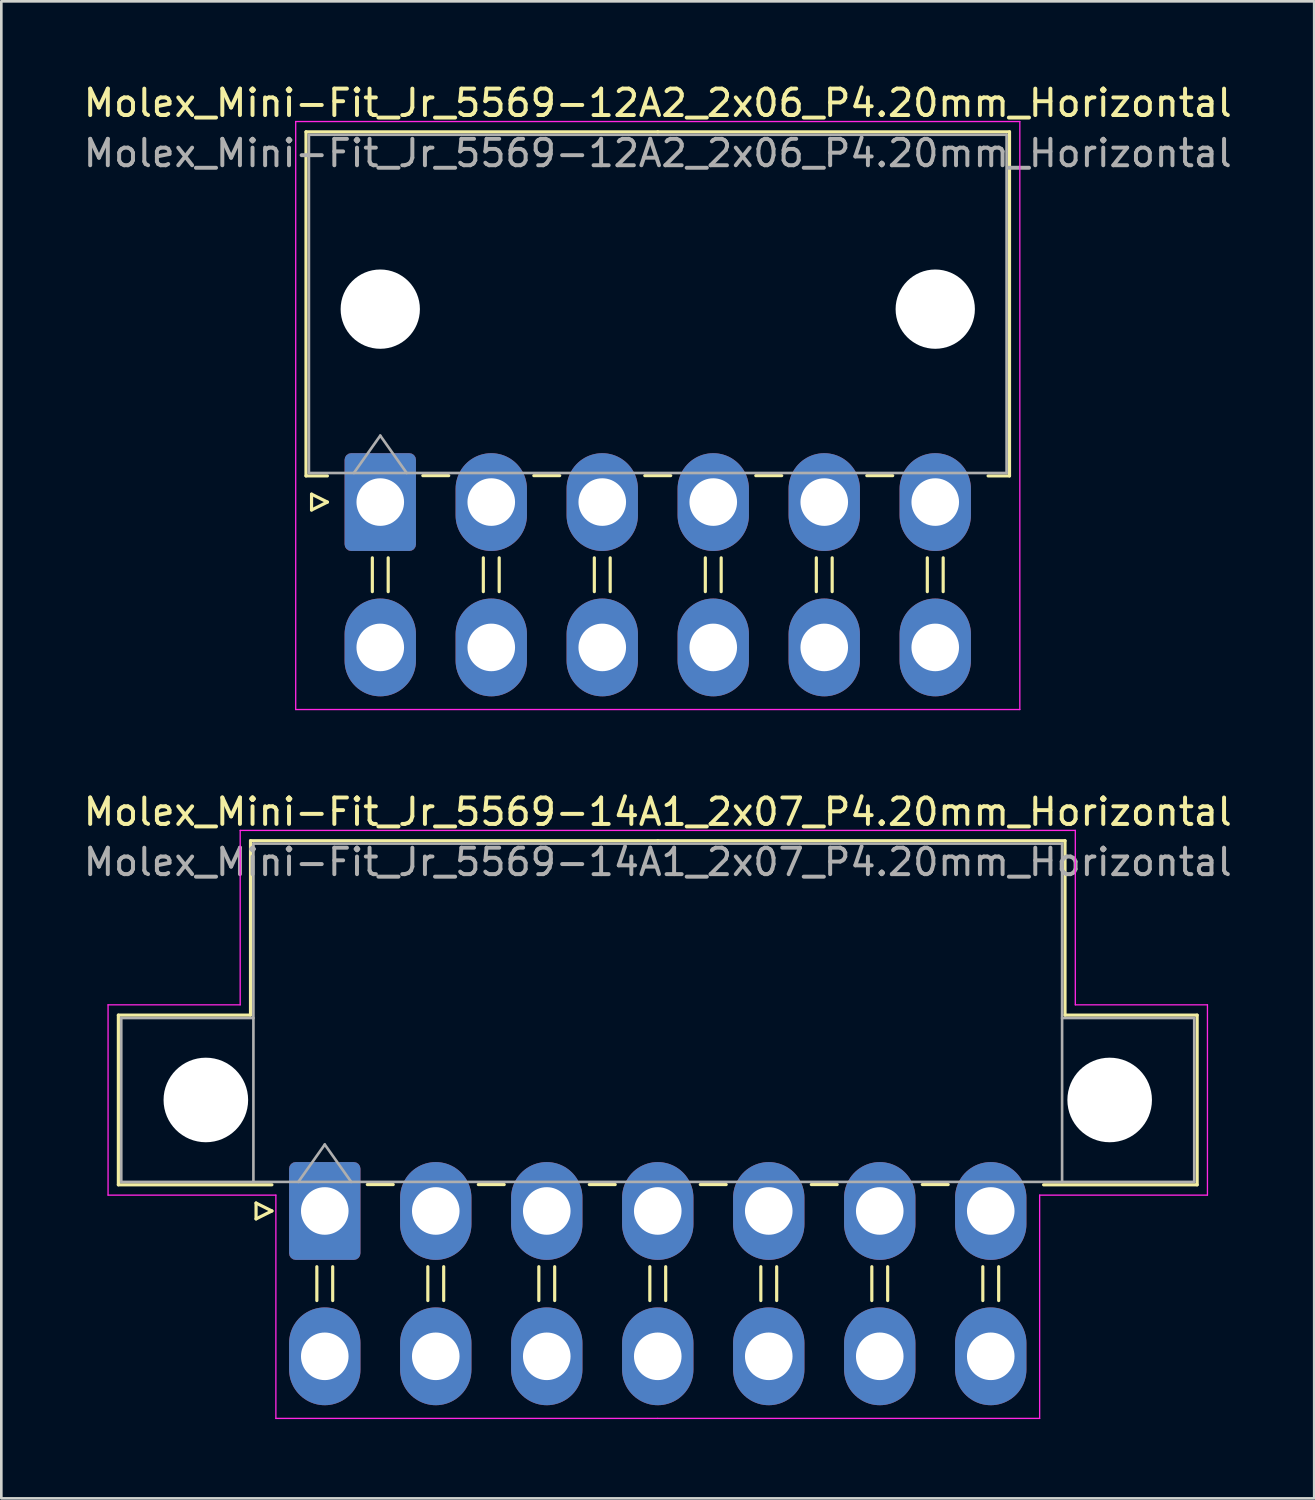
<source format=kicad_pcb>
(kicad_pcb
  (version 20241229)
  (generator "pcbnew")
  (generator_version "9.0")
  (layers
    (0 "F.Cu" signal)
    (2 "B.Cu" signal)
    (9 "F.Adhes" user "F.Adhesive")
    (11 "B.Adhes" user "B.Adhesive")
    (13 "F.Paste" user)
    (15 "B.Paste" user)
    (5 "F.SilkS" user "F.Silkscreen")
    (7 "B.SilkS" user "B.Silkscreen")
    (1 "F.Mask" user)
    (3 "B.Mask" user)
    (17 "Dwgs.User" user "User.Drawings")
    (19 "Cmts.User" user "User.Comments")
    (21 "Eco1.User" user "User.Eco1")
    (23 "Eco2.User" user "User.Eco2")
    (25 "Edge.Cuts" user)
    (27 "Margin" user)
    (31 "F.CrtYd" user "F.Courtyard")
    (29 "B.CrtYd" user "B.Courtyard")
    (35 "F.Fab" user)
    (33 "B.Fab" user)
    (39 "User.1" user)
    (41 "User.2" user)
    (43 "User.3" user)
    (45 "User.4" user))
  (footprint "Molex_Mini-Fit_Jr_5569-12A2_2x06_P4.20mm_Horizontal"
    (layer "F.Cu")
    (at 11.339 15.948)
    (property "Reference" "Molex_Mini-Fit_Jr_5569-12A2_2x06_P4.20mm_Horizontal" (at 10.5 -15.1 0) (layer "F.SilkS") (effects (font (size 1 1) (thickness 0.15))))
    (attr through_hole)
    (fp_line (start -2.81 -14.01) (end 10.5 -14.01) (stroke (width 0.12) (type solid)) (layer "F.SilkS"))
    (fp_line (start -2.81 -0.99) (end -2.81 -14.01) (stroke (width 0.12) (type solid)) (layer "F.SilkS"))
    (fp_line (start -2.6 -0.3) (end -2 0) (stroke (width 0.12) (type solid)) (layer "F.SilkS"))
    (fp_line (start -2.6 0.3) (end -2.6 -0.3) (stroke (width 0.12) (type solid)) (layer "F.SilkS"))
    (fp_line (start -2 -0.99) (end -2.81 -0.99) (stroke (width 0.12) (type solid)) (layer "F.SilkS"))
    (fp_line (start -2 0) (end -2.6 0.3) (stroke (width 0.12) (type solid)) (layer "F.SilkS"))
    (fp_line (start -0.3 2.11) (end -0.3 3.39) (stroke (width 0.12) (type solid)) (layer "F.SilkS"))
    (fp_line (start 0.3 2.11) (end 0.3 3.39) (stroke (width 0.12) (type solid)) (layer "F.SilkS"))
    (fp_line (start 1.61 -1) (end 2.59 -1) (stroke (width 0.12) (type solid)) (layer "F.SilkS"))
    (fp_line (start 3.9 2.11) (end 3.9 3.39) (stroke (width 0.12) (type solid)) (layer "F.SilkS"))
    (fp_line (start 4.5 2.11) (end 4.5 3.39) (stroke (width 0.12) (type solid)) (layer "F.SilkS"))
    (fp_line (start 5.81 -1) (end 6.79 -1) (stroke (width 0.12) (type solid)) (layer "F.SilkS"))
    (fp_line (start 8.1 2.11) (end 8.1 3.39) (stroke (width 0.12) (type solid)) (layer "F.SilkS"))
    (fp_line (start 8.7 2.11) (end 8.7 3.39) (stroke (width 0.12) (type solid)) (layer "F.SilkS"))
    (fp_line (start 10.01 -1) (end 10.99 -1) (stroke (width 0.12) (type solid)) (layer "F.SilkS"))
    (fp_line (start 12.3 2.11) (end 12.3 3.39) (stroke (width 0.12) (type solid)) (layer "F.SilkS"))
    (fp_line (start 12.9 2.11) (end 12.9 3.39) (stroke (width 0.12) (type solid)) (layer "F.SilkS"))
    (fp_line (start 14.21 -1) (end 15.19 -1) (stroke (width 0.12) (type solid)) (layer "F.SilkS"))
    (fp_line (start 16.5 2.11) (end 16.5 3.39) (stroke (width 0.12) (type solid)) (layer "F.SilkS"))
    (fp_line (start 17.1 2.11) (end 17.1 3.39) (stroke (width 0.12) (type solid)) (layer "F.SilkS"))
    (fp_line (start 18.41 -1) (end 19.39 -1) (stroke (width 0.12) (type solid)) (layer "F.SilkS"))
    (fp_line (start 20.7 2.11) (end 20.7 3.39) (stroke (width 0.12) (type solid)) (layer "F.SilkS"))
    (fp_line (start 21.3 2.11) (end 21.3 3.39) (stroke (width 0.12) (type solid)) (layer "F.SilkS"))
    (fp_line (start 23 -0.99) (end 23.81 -0.99) (stroke (width 0.12) (type solid)) (layer "F.SilkS"))
    (fp_line (start 23.81 -14.01) (end 10.5 -14.01) (stroke (width 0.12) (type solid)) (layer "F.SilkS"))
    (fp_line (start 23.81 -0.99) (end 23.81 -14.01) (stroke (width 0.12) (type solid)) (layer "F.SilkS"))
    (fp_line (start -3.2 -14.4) (end -3.2 7.85) (stroke (width 0.05) (type solid)) (layer "F.CrtYd"))
    (fp_line (start -3.2 7.85) (end 24.2 7.85) (stroke (width 0.05) (type solid)) (layer "F.CrtYd"))
    (fp_line (start 24.2 -14.4) (end -3.2 -14.4) (stroke (width 0.05) (type solid)) (layer "F.CrtYd"))
    (fp_line (start 24.2 7.85) (end 24.2 -14.4) (stroke (width 0.05) (type solid)) (layer "F.CrtYd"))
    (fp_line (start -2.7 -13.9) (end -2.7 -1.1) (stroke (width 0.1) (type solid)) (layer "F.Fab"))
    (fp_line (start -2.7 -1.1) (end 23.7 -1.1) (stroke (width 0.1) (type solid)) (layer "F.Fab"))
    (fp_line (start -1 -1.1) (end 0 -2.514) (stroke (width 0.1) (type solid)) (layer "F.Fab"))
    (fp_line (start 0 -2.514) (end 1 -1.1) (stroke (width 0.1) (type solid)) (layer "F.Fab"))
    (fp_line (start 23.7 -13.9) (end -2.7 -13.9) (stroke (width 0.1) (type solid)) (layer "F.Fab"))
    (fp_line (start 23.7 -1.1) (end 23.7 -13.9) (stroke (width 0.1) (type solid)) (layer "F.Fab"))
    (fp_text user "${REFERENCE}" (at 10.5 -13.2 0) (layer "F.Fab") (effects (font (size 1 1) (thickness 0.15))))
    (pad "" np_thru_hole circle (at 0 -7.3) (size 3 3) (drill 3) (layers "*.Cu" "*.Mask"))
    (pad "" np_thru_hole circle (at 21 -7.3) (size 3 3) (drill 3) (layers "*.Cu" "*.Mask"))
    (pad "1" thru_hole roundrect (at 0 0) (size 2.7 3.7) (drill 1.8) (layers "*.Cu" "*.Mask") (roundrect_rratio 0.093))
    (pad "2" thru_hole oval (at 4.2 0) (size 2.7 3.7) (drill 1.8) (layers "*.Cu" "*.Mask"))
    (pad "3" thru_hole oval (at 8.4 0) (size 2.7 3.7) (drill 1.8) (layers "*.Cu" "*.Mask"))
    (pad "4" thru_hole oval (at 12.6 0) (size 2.7 3.7) (drill 1.8) (layers "*.Cu" "*.Mask"))
    (pad "5" thru_hole oval (at 16.8 0) (size 2.7 3.7) (drill 1.8) (layers "*.Cu" "*.Mask"))
    (pad "6" thru_hole oval (at 21 0) (size 2.7 3.7) (drill 1.8) (layers "*.Cu" "*.Mask"))
    (pad "7" thru_hole oval (at 0 5.5) (size 2.7 3.7) (drill 1.8) (layers "*.Cu" "*.Mask"))
    (pad "8" thru_hole oval (at 4.2 5.5) (size 2.7 3.7) (drill 1.8) (layers "*.Cu" "*.Mask"))
    (pad "9" thru_hole oval (at 8.4 5.5) (size 2.7 3.7) (drill 1.8) (layers "*.Cu" "*.Mask"))
    (pad "10" thru_hole oval (at 12.6 5.5) (size 2.7 3.7) (drill 1.8) (layers "*.Cu" "*.Mask"))
    (pad "11" thru_hole oval (at 16.8 5.5) (size 2.7 3.7) (drill 1.8) (layers "*.Cu" "*.Mask"))
    (pad "12" thru_hole oval (at 21 5.5) (size 2.7 3.7) (drill 1.8) (layers "*.Cu" "*.Mask")))
  (footprint "Molex_Mini-Fit_Jr_5569-14A1_2x07_P4.20mm_Horizontal"
    (layer "F.Cu")
    (at 9.239 42.772)
    (property "Reference" "Molex_Mini-Fit_Jr_5569-14A1_2x07_P4.20mm_Horizontal" (at 12.6 -15.1 0) (layer "F.SilkS") (effects (font (size 1 1) (thickness 0.15))))
    (attr through_hole)
    (fp_line (start -7.81 -7.41) (end -7.81 -0.99) (stroke (width 0.12) (type solid)) (layer "F.SilkS"))
    (fp_line (start -7.81 -0.99) (end -2 -0.99) (stroke (width 0.12) (type solid)) (layer "F.SilkS"))
    (fp_line (start -2.81 -14.01) (end -2.81 -7.41) (stroke (width 0.12) (type solid)) (layer "F.SilkS"))
    (fp_line (start -2.81 -7.41) (end -7.81 -7.41) (stroke (width 0.12) (type solid)) (layer "F.SilkS"))
    (fp_line (start -2.6 -0.3) (end -2 0) (stroke (width 0.12) (type solid)) (layer "F.SilkS"))
    (fp_line (start -2.6 0.3) (end -2.6 -0.3) (stroke (width 0.12) (type solid)) (layer "F.SilkS"))
    (fp_line (start -2 0) (end -2.6 0.3) (stroke (width 0.12) (type solid)) (layer "F.SilkS"))
    (fp_line (start -0.3 2.11) (end -0.3 3.39) (stroke (width 0.12) (type solid)) (layer "F.SilkS"))
    (fp_line (start 0.3 2.11) (end 0.3 3.39) (stroke (width 0.12) (type solid)) (layer "F.SilkS"))
    (fp_line (start 1.61 -1) (end 2.59 -1) (stroke (width 0.12) (type solid)) (layer "F.SilkS"))
    (fp_line (start 3.9 2.11) (end 3.9 3.39) (stroke (width 0.12) (type solid)) (layer "F.SilkS"))
    (fp_line (start 4.5 2.11) (end 4.5 3.39) (stroke (width 0.12) (type solid)) (layer "F.SilkS"))
    (fp_line (start 5.81 -1) (end 6.79 -1) (stroke (width 0.12) (type solid)) (layer "F.SilkS"))
    (fp_line (start 8.1 2.11) (end 8.1 3.39) (stroke (width 0.12) (type solid)) (layer "F.SilkS"))
    (fp_line (start 8.7 2.11) (end 8.7 3.39) (stroke (width 0.12) (type solid)) (layer "F.SilkS"))
    (fp_line (start 10.01 -1) (end 10.99 -1) (stroke (width 0.12) (type solid)) (layer "F.SilkS"))
    (fp_line (start 12.3 2.11) (end 12.3 3.39) (stroke (width 0.12) (type solid)) (layer "F.SilkS"))
    (fp_line (start 12.6 -14.01) (end -2.81 -14.01) (stroke (width 0.12) (type solid)) (layer "F.SilkS"))
    (fp_line (start 12.6 -14.01) (end 28.01 -14.01) (stroke (width 0.12) (type solid)) (layer "F.SilkS"))
    (fp_line (start 12.9 2.11) (end 12.9 3.39) (stroke (width 0.12) (type solid)) (layer "F.SilkS"))
    (fp_line (start 14.21 -1) (end 15.19 -1) (stroke (width 0.12) (type solid)) (layer "F.SilkS"))
    (fp_line (start 16.5 2.11) (end 16.5 3.39) (stroke (width 0.12) (type solid)) (layer "F.SilkS"))
    (fp_line (start 17.1 2.11) (end 17.1 3.39) (stroke (width 0.12) (type solid)) (layer "F.SilkS"))
    (fp_line (start 18.41 -1) (end 19.39 -1) (stroke (width 0.12) (type solid)) (layer "F.SilkS"))
    (fp_line (start 20.7 2.11) (end 20.7 3.39) (stroke (width 0.12) (type solid)) (layer "F.SilkS"))
    (fp_line (start 21.3 2.11) (end 21.3 3.39) (stroke (width 0.12) (type solid)) (layer "F.SilkS"))
    (fp_line (start 22.61 -1) (end 23.59 -1) (stroke (width 0.12) (type solid)) (layer "F.SilkS"))
    (fp_line (start 24.9 2.11) (end 24.9 3.39) (stroke (width 0.12) (type solid)) (layer "F.SilkS"))
    (fp_line (start 25.5 2.11) (end 25.5 3.39) (stroke (width 0.12) (type solid)) (layer "F.SilkS"))
    (fp_line (start 28.01 -14.01) (end 28.01 -7.41) (stroke (width 0.12) (type solid)) (layer "F.SilkS"))
    (fp_line (start 28.01 -7.41) (end 33.01 -7.41) (stroke (width 0.12) (type solid)) (layer "F.SilkS"))
    (fp_line (start 33.01 -7.41) (end 33.01 -0.99) (stroke (width 0.12) (type solid)) (layer "F.SilkS"))
    (fp_line (start 33.01 -0.99) (end 27.2 -0.99) (stroke (width 0.12) (type solid)) (layer "F.SilkS"))
    (fp_line (start -8.2 -7.8) (end -8.2 -0.6) (stroke (width 0.05) (type solid)) (layer "F.CrtYd"))
    (fp_line (start -8.2 -0.6) (end -1.85 -0.6) (stroke (width 0.05) (type solid)) (layer "F.CrtYd"))
    (fp_line (start -3.2 -14.4) (end -3.2 -7.8) (stroke (width 0.05) (type solid)) (layer "F.CrtYd"))
    (fp_line (start -3.2 -7.8) (end -8.2 -7.8) (stroke (width 0.05) (type solid)) (layer "F.CrtYd"))
    (fp_line (start -1.85 -0.6) (end -1.85 7.85) (stroke (width 0.05) (type solid)) (layer "F.CrtYd"))
    (fp_line (start -1.85 7.85) (end 12.6 7.85) (stroke (width 0.05) (type solid)) (layer "F.CrtYd"))
    (fp_line (start 12.6 -14.4) (end -3.2 -14.4) (stroke (width 0.05) (type solid)) (layer "F.CrtYd"))
    (fp_line (start 12.6 -14.4) (end 28.4 -14.4) (stroke (width 0.05) (type solid)) (layer "F.CrtYd"))
    (fp_line (start 27.05 -0.6) (end 27.05 7.85) (stroke (width 0.05) (type solid)) (layer "F.CrtYd"))
    (fp_line (start 27.05 7.85) (end 12.6 7.85) (stroke (width 0.05) (type solid)) (layer "F.CrtYd"))
    (fp_line (start 28.4 -14.4) (end 28.4 -7.8) (stroke (width 0.05) (type solid)) (layer "F.CrtYd"))
    (fp_line (start 28.4 -7.8) (end 33.4 -7.8) (stroke (width 0.05) (type solid)) (layer "F.CrtYd"))
    (fp_line (start 33.4 -7.8) (end 33.4 -0.6) (stroke (width 0.05) (type solid)) (layer "F.CrtYd"))
    (fp_line (start 33.4 -0.6) (end 27.05 -0.6) (stroke (width 0.05) (type solid)) (layer "F.CrtYd"))
    (fp_line (start -7.7 -7.3) (end -7.7 -1.1) (stroke (width 0.1) (type solid)) (layer "F.Fab"))
    (fp_line (start -7.7 -1.1) (end -2.7 -1.1) (stroke (width 0.1) (type solid)) (layer "F.Fab"))
    (fp_line (start -2.7 -13.9) (end -2.7 -1.1) (stroke (width 0.1) (type solid)) (layer "F.Fab"))
    (fp_line (start -2.7 -7.3) (end -7.7 -7.3) (stroke (width 0.1) (type solid)) (layer "F.Fab"))
    (fp_line (start -2.7 -1.1) (end 27.9 -1.1) (stroke (width 0.1) (type solid)) (layer "F.Fab"))
    (fp_line (start -1 -1.1) (end 0 -2.514) (stroke (width 0.1) (type solid)) (layer "F.Fab"))
    (fp_line (start 0 -2.514) (end 1 -1.1) (stroke (width 0.1) (type solid)) (layer "F.Fab"))
    (fp_line (start 27.9 -13.9) (end -2.7 -13.9) (stroke (width 0.1) (type solid)) (layer "F.Fab"))
    (fp_line (start 27.9 -7.3) (end 32.9 -7.3) (stroke (width 0.1) (type solid)) (layer "F.Fab"))
    (fp_line (start 27.9 -1.1) (end 27.9 -13.9) (stroke (width 0.1) (type solid)) (layer "F.Fab"))
    (fp_line (start 32.9 -7.3) (end 32.9 -1.1) (stroke (width 0.1) (type solid)) (layer "F.Fab"))
    (fp_line (start 32.9 -1.1) (end 27.9 -1.1) (stroke (width 0.1) (type solid)) (layer "F.Fab"))
    (fp_text user "${REFERENCE}" (at 12.6 -13.2 0) (layer "F.Fab") (effects (font (size 1 1) (thickness 0.15))))
    (pad "" np_thru_hole circle (at -4.5 -4.2) (size 3.2 3.2) (drill 3.2) (layers "*.Cu" "*.Mask"))
    (pad "" np_thru_hole circle (at 29.7 -4.2) (size 3.2 3.2) (drill 3.2) (layers "*.Cu" "*.Mask"))
    (pad "1" thru_hole roundrect (at 0 0) (size 2.7 3.7) (drill 1.8) (layers "*.Cu" "*.Mask") (roundrect_rratio 0.093))
    (pad "2" thru_hole oval (at 4.2 0) (size 2.7 3.7) (drill 1.8) (layers "*.Cu" "*.Mask"))
    (pad "3" thru_hole oval (at 8.4 0) (size 2.7 3.7) (drill 1.8) (layers "*.Cu" "*.Mask"))
    (pad "4" thru_hole oval (at 12.6 0) (size 2.7 3.7) (drill 1.8) (layers "*.Cu" "*.Mask"))
    (pad "5" thru_hole oval (at 16.8 0) (size 2.7 3.7) (drill 1.8) (layers "*.Cu" "*.Mask"))
    (pad "6" thru_hole oval (at 21 0) (size 2.7 3.7) (drill 1.8) (layers "*.Cu" "*.Mask"))
    (pad "7" thru_hole oval (at 25.2 0) (size 2.7 3.7) (drill 1.8) (layers "*.Cu" "*.Mask"))
    (pad "8" thru_hole oval (at 0 5.5) (size 2.7 3.7) (drill 1.8) (layers "*.Cu" "*.Mask"))
    (pad "9" thru_hole oval (at 4.2 5.5) (size 2.7 3.7) (drill 1.8) (layers "*.Cu" "*.Mask"))
    (pad "10" thru_hole oval (at 8.4 5.5) (size 2.7 3.7) (drill 1.8) (layers "*.Cu" "*.Mask"))
    (pad "11" thru_hole oval (at 12.6 5.5) (size 2.7 3.7) (drill 1.8) (layers "*.Cu" "*.Mask"))
    (pad "12" thru_hole oval (at 16.8 5.5) (size 2.7 3.7) (drill 1.8) (layers "*.Cu" "*.Mask"))
    (pad "13" thru_hole oval (at 21 5.5) (size 2.7 3.7) (drill 1.8) (layers "*.Cu" "*.Mask"))
    (pad "14" thru_hole oval (at 25.2 5.5) (size 2.7 3.7) (drill 1.8) (layers "*.Cu" "*.Mask")))
  (gr_rect
    (start -3 -3)
    (end 46.679 53.647)
    (stroke (width 0.1) (type default))
    (fill no)
    (layer "Edge.Cuts")))
</source>
